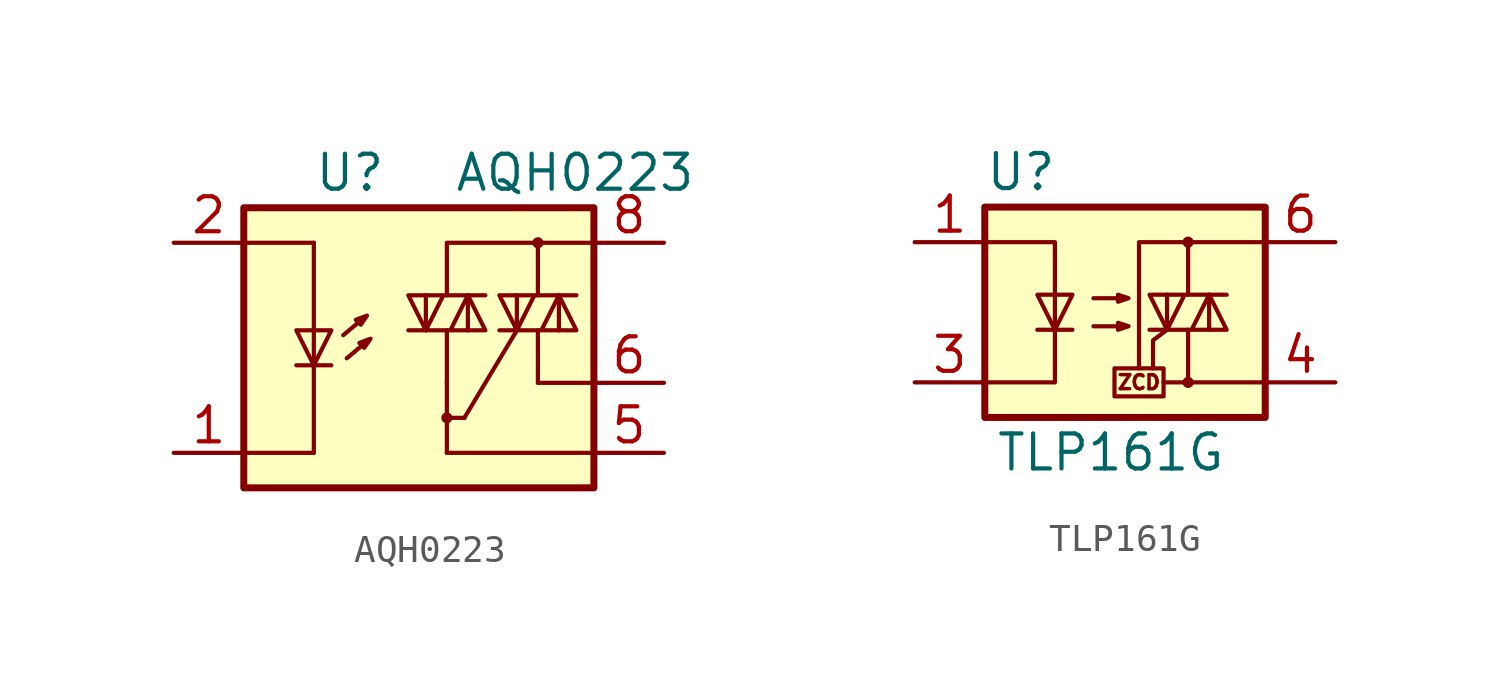
<source format=kicad_sym>
(kicad_symbol_lib
  (version 20200908)
  (generator kicad_symbol_editor)
  (symbol "Relay_SolidState:AQH0223"
    (property "Reference" "U"
      (at -5.08 5.08 0)
      (effects (font (size 1.27 1.27)) (justify left)))
    (property "Value" "AQH0223"
      (at 0 5.08 0)
      (effects (font (size 1.27 1.27)) (justify left)))
    (symbol "AQH0223_1_1"
      (circle (center -0.254 -3.81) (radius 0.127) (stroke (width 0)) (fill (type none)))
      (circle (center 3.048 2.54) (radius 0.127) (stroke (width 0)) (fill (type none)))
      (rectangle (start -7.62 3.81) (end 5.08 -6.35) (stroke (width 0.254)) (fill (type background)))
      (polyline (pts (xy -5.715 -1.905) (xy -4.445 -1.905)) (stroke (width 0)) (fill (type none)))
      (polyline (pts (xy -5.08 -5.08) (xy -7.62 -5.08)) (stroke (width 0)) (fill (type none)))
      (polyline (pts (xy -5.08 -1.905) (xy -5.08 -5.08)) (stroke (width 0)) (fill (type none)))
      (polyline (pts (xy -5.08 -0.635) (xy -5.08 -1.905)) (stroke (width 0)) (fill (type none)))
      (polyline (pts (xy -5.08 -0.635) (xy -5.08 2.54)) (stroke (width 0)) (fill (type none)))
      (polyline (pts (xy -5.08 2.54) (xy -7.493 2.54)) (stroke (width 0)) (fill (type none)))
      (polyline (pts (xy -3.378 -0.279) (xy -4.013 -0.813)) (stroke (width 0)) (fill (type none)))
      (polyline (pts (xy -3.251 -1.118) (xy -3.886 -1.651)) (stroke (width 0)) (fill (type none)))
      (polyline (pts (xy -1.016 -0.635) (xy -1.016 0.635)) (stroke (width 0)) (fill (type none)))
      (polyline (pts (xy -0.254 -3.81) (xy 0.381 -3.81)) (stroke (width 0)) (fill (type none)))
      (polyline (pts (xy -0.254 -2.54) (xy -0.254 -5.08)) (stroke (width 0)) (fill (type none)))
      (polyline (pts (xy -0.254 -2.54) (xy -0.254 -0.635)) (stroke (width 0)) (fill (type none)))
      (polyline (pts (xy 0.381 -3.81) (xy 2.286 -0.635)) (stroke (width 0)) (fill (type none)))
      (polyline (pts (xy 0.508 0.635) (xy 0.508 -0.635)) (stroke (width 0)) (fill (type none)))
      (polyline (pts (xy 2.286 -0.635) (xy 2.286 0.635)) (stroke (width 0)) (fill (type none)))
      (polyline (pts (xy 3.048 2.54) (xy 3.048 0.635)) (stroke (width 0)) (fill (type none)))
      (polyline (pts (xy 3.81 0.635) (xy 3.81 -0.635)) (stroke (width 0)) (fill (type none)))
      (polyline (pts (xy 5.08 -5.08) (xy -0.254 -5.08)) (stroke (width 0)) (fill (type none)))
      (polyline (pts (xy 5.08 2.54) (xy 3.048 2.54)) (stroke (width 0)) (fill (type none)))
      (polyline (pts (xy 3.048 2.54) (xy -0.254 2.54) (xy -0.254 0.635)) (stroke (width 0)) (fill (type none)))
      (polyline (pts (xy -5.08 -1.905) (xy -5.715 -0.635) (xy -4.445 -0.635) (xy -5.08 -1.905)) (stroke (width 0)) (fill (type none)))
      (polyline (pts (xy -3.556 -0.254) (xy -3.378 -0.432) (xy -3.15 -0.102) (xy -3.556 -0.254)) (stroke (width 0)) (fill (type none)))
      (polyline (pts (xy -3.429 -1.092) (xy -3.251 -1.27) (xy -3.023 -0.94) (xy -3.429 -1.092)) (stroke (width 0)) (fill (type none)))
      (polyline (pts (xy -1.651 -0.635) (xy 1.143 -0.635) (xy 0.508 0.635) (xy -0.127 -0.635)) (stroke (width 0)) (fill (type none)))
      (polyline (pts (xy 1.143 0.635) (xy -1.651 0.635) (xy -1.016 -0.635) (xy -0.381 0.635)) (stroke (width 0)) (fill (type none)))
      (polyline (pts (xy 1.651 -0.635) (xy 4.445 -0.635) (xy 3.81 0.635) (xy 3.175 -0.635)) (stroke (width 0)) (fill (type none)))
      (polyline (pts (xy 4.445 0.635) (xy 1.651 0.635) (xy 2.286 -0.635) (xy 2.921 0.635)) (stroke (width 0)) (fill (type none)))
      (pin passive line (at -10.16 -5.08 0) (length 2.54) (name "~" (effects (font (size 1.27 1.27)))) (number "1" (effects (font (size 1.27 1.27)))))
      (pin passive line (at -10.16 2.54 0) (length 2.54) (name "~" (effects (font (size 1.27 1.27)))) (number "2" (effects (font (size 1.27 1.27)))))
      (pin passive line (at -10.16 -5.08 0) (length 2.54) hide (name "~" (effects (font (size 1.27 1.27)))) (number "3" (effects (font (size 1.27 1.27)))))
      (pin passive line (at -10.16 -5.08 0) (length 2.54) hide (name "~" (effects (font (size 1.27 1.27)))) (number "4" (effects (font (size 1.27 1.27)))))
      (pin passive line (at 7.62 -5.08 180) (length 2.54) (name "~" (effects (font (size 1.27 1.27)))) (number "5" (effects (font (size 1.27 1.27)))))
      (pin passive line (at 7.62 -2.54 180) (length 2.54) (name "~" (effects (font (size 1.27 1.27)))) (number "6" (effects (font (size 1.27 1.27)))))
      (pin passive line (at 7.62 2.54 180) (length 2.54) (name "~" (effects (font (size 1.27 1.27)))) (number "8" (effects (font (size 1.27 1.27))))))
    (symbol "AQH0223_0_1"
      (polyline (pts (xy 3.048 -2.54) (xy 5.08 -2.54)) (stroke (width 0)) (fill (type none)))
      (polyline (pts (xy 3.048 -0.635) (xy 3.048 -2.54)) (stroke (width 0)) (fill (type none)))))
  (symbol "Relay_SolidState:TLP161G"
    (property "Reference" "U"
      (at -5.08 5.08 0)
      (effects (font (size 1.27 1.27)) (justify left)))
    (property "Value" "TLP161G"
      (at -4.699 -5.08 0)
      (effects (font (size 1.27 1.27)) (justify left)))
    (symbol "TLP161G_0_1"
      (circle (center 2.286 -2.54) (radius 0.127) (stroke (width 0)) (fill (type none)))
      (circle (center 2.286 2.54) (radius 0.127) (stroke (width 0)) (fill (type none)))
      (rectangle (start -5.08 3.81) (end 5.08 -3.81) (stroke (width 0.254)) (fill (type background)))
      (polyline (pts (xy -3.175 -0.635) (xy -1.905 -0.635)) (stroke (width 0)) (fill (type none)))
      (polyline (pts (xy 1.524 -0.635) (xy 1.524 0.635)) (stroke (width 0)) (fill (type none)))
      (polyline (pts (xy 3.048 0.635) (xy 3.048 -0.635)) (stroke (width 0)) (fill (type none)))
      (polyline (pts (xy 2.286 -0.635) (xy 2.286 -2.54) (xy 5.08 -2.54)) (stroke (width 0)) (fill (type none)))
      (polyline (pts (xy 2.286 0.635) (xy 2.286 2.54) (xy 5.08 2.54)) (stroke (width 0)) (fill (type none)))
      (polyline (pts (xy 2.286 2.54) (xy 0.508 2.54) (xy 0.508 -2.032)) (stroke (width 0)) (fill (type none)))
      (polyline (pts (xy -5.08 2.54) (xy -2.54 2.54) (xy -2.54 -2.54) (xy -5.08 -2.54)) (stroke (width 0)) (fill (type none)))
      (polyline (pts (xy -2.54 -0.635) (xy -3.175 0.635) (xy -1.905 0.635) (xy -2.54 -0.635)) (stroke (width 0)) (fill (type none)))
      (polyline (pts (xy 0.889 -0.635) (xy 3.683 -0.635) (xy 3.048 0.635) (xy 2.413 -0.635)) (stroke (width 0)) (fill (type none)))
      (polyline (pts (xy 3.683 0.635) (xy 0.889 0.635) (xy 1.524 -0.635) (xy 2.159 0.635)) (stroke (width 0)) (fill (type none)))
      (polyline (pts (xy -1.143 -0.508) (xy 0.127 -0.508) (xy -0.254 -0.635) (xy -0.254 -0.381) (xy 0.127 -0.508)) (stroke (width 0)) (fill (type none)))
      (polyline (pts (xy -1.143 0.508) (xy 0.127 0.508) (xy -0.254 0.381) (xy -0.254 0.635) (xy 0.127 0.508)) (stroke (width 0)) (fill (type none))))
    (symbol "TLP161G_0_0"
      (text "ZCD" (at 0.508 -2.54 0) (effects (font (size 0.508 0.508))))
      (rectangle (start -0.381 -2.032) (end 1.397 -3.048) (stroke (width 0)) (fill (type none)))
      (polyline (pts (xy 2.286 -2.54) (xy 1.397 -2.54)) (stroke (width 0)) (fill (type none)))
      (polyline (pts (xy 1.524 -0.635) (xy 1.016 -1.016) (xy 1.016 -2.032)) (stroke (width 0)) (fill (type none))))
    (symbol "TLP161G_1_1"
      (pin passive line (at -7.62 2.54 0) (length 2.54) (name "~" (effects (font (size 1.27 1.27)))) (number "1" (effects (font (size 1.27 1.27)))))
      (pin passive line (at -7.62 -2.54 0) (length 2.54) (name "~" (effects (font (size 1.27 1.27)))) (number "3" (effects (font (size 1.27 1.27)))))
      (pin passive line (at 7.62 -2.54 180) (length 2.54) (name "~" (effects (font (size 1.27 1.27)))) (number "4" (effects (font (size 1.27 1.27)))))
      (pin passive line (at 7.62 2.54 180) (length 2.54) (name "~" (effects (font (size 1.27 1.27)))) (number "6" (effects (font (size 1.27 1.27))))))))
</source>
